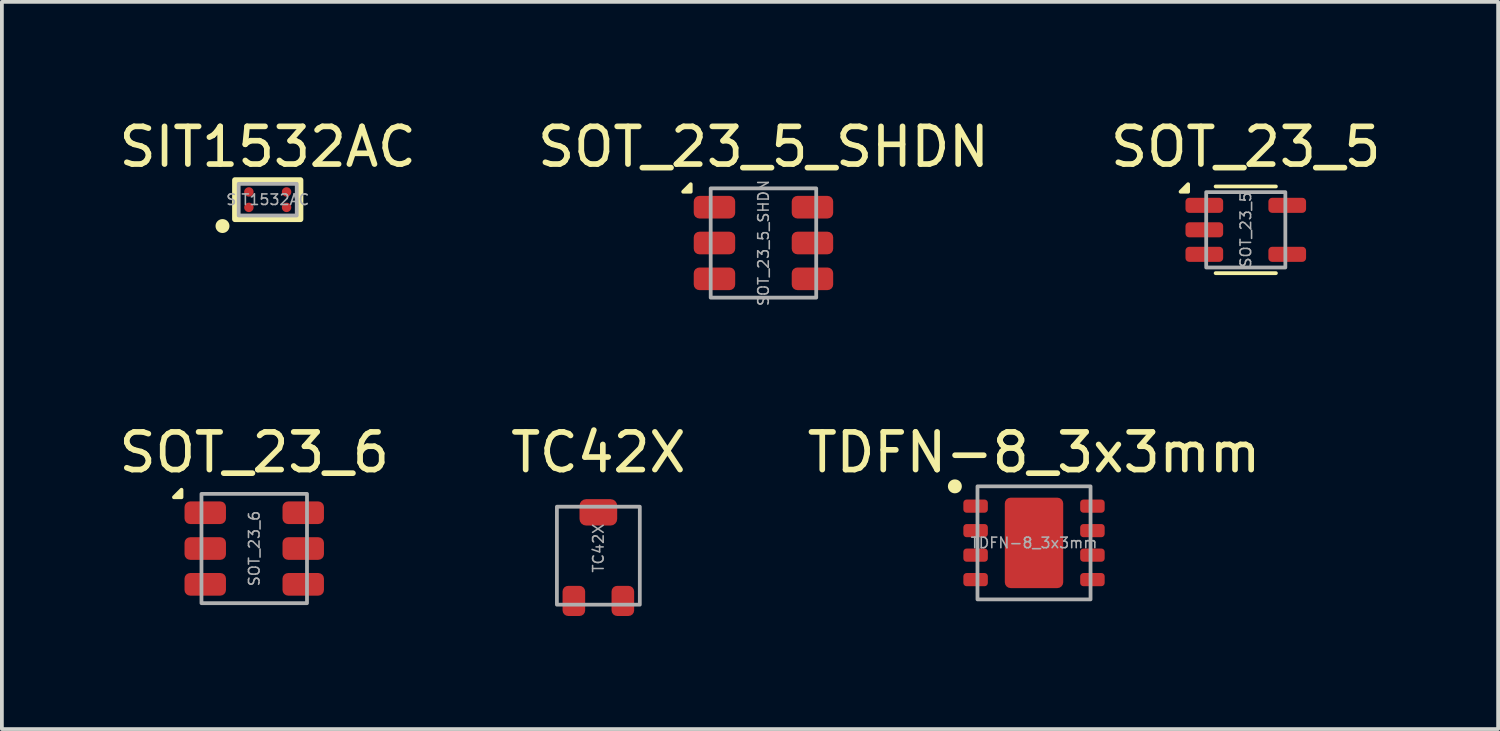
<source format=kicad_pcb>
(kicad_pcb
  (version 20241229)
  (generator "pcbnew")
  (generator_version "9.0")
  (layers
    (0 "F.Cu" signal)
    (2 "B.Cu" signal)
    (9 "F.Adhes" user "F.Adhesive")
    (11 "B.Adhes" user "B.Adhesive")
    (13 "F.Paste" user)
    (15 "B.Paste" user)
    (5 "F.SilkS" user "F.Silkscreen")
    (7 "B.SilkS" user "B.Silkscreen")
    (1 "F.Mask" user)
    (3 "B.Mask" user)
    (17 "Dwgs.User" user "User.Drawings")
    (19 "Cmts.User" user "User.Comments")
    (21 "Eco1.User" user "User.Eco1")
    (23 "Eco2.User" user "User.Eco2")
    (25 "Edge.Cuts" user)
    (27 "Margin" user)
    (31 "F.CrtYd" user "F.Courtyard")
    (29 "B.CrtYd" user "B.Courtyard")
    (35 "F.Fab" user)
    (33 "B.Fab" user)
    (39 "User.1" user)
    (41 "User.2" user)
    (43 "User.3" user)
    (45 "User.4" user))
  (footprint "TDFN-8_3x3mm"
    (layer "F.Cu")
    (at 24.387 11.355)
    (property "Reference" "TDFN-8_3x3mm" (at 0 -2.4 0) (unlocked yes) (layer "F.SilkS") (effects (font (size 1 1) (thickness 0.15))))
    (attr smd)
    (fp_circle (center -2.1 -1.5) (end -1.94 -1.5) (stroke (width 0.05) (type solid)) (fill yes) (layer "F.SilkS"))
    (fp_rect (start -1.5 -1.5) (end 1.5 1.5) (stroke (width 0.1) (type solid)) (fill no) (layer "F.Fab"))
    (fp_text user "${REFERENCE}" (at 0 0 0) (unlocked yes) (layer "F.Fab") (effects (font (size 0.28 0.28) (thickness 0.042))))
    (pad "1" smd roundrect (at -1.55 -0.975) (size 0.65 0.35) (layers "F.Cu" "F.Mask" "F.Paste") (roundrect_rratio 0.25))
    (pad "2" smd roundrect (at -1.55 -0.325) (size 0.65 0.35) (layers "F.Cu" "F.Mask" "F.Paste") (roundrect_rratio 0.25))
    (pad "3" smd roundrect (at -1.55 0.325) (size 0.65 0.35) (layers "F.Cu" "F.Mask" "F.Paste") (roundrect_rratio 0.25))
    (pad "4" smd roundrect (at -1.55 0.975) (size 0.65 0.35) (layers "F.Cu" "F.Mask" "F.Paste") (roundrect_rratio 0.25))
    (pad "5" smd roundrect (at 1.55 0.975) (size 0.65 0.35) (layers "F.Cu" "F.Mask" "F.Paste") (roundrect_rratio 0.25))
    (pad "6" smd roundrect (at 1.55 0.325) (size 0.65 0.35) (layers "F.Cu" "F.Mask" "F.Paste") (roundrect_rratio 0.25))
    (pad "7" smd roundrect (at 1.55 -0.325) (size 0.65 0.35) (layers "F.Cu" "F.Mask" "F.Paste") (roundrect_rratio 0.25))
    (pad "8" smd roundrect (at 1.55 -0.975) (size 0.65 0.35) (layers "F.Cu" "F.Mask" "F.Paste") (roundrect_rratio 0.25))
    (pad "9" smd roundrect (at 0 0) (size 1.55 2.4) (layers "F.Cu" "F.Mask" "F.Paste") (roundrect_rratio 0.1)))
  (footprint "TC42X"
    (layer "F.Cu")
    (at 12.827 11.495)
    (property "Reference" "TC42X" (at 0 -2.54 0) (unlocked yes) (layer "F.SilkS") (effects (font (size 1 1) (thickness 0.15))))
    (attr smd)
    (fp_rect (start -1.1 -1.1) (end 1.1 1.5) (stroke (width 0.1) (type solid)) (fill no) (layer "F.Fab"))
    (fp_text user "${REFERENCE}" (at 0 0 90) (unlocked yes) (layer "F.Fab") (effects (font (size 0.28 0.28) (thickness 0.042))))
    (pad "1" smd roundrect (at 0.65 1.4) (size 0.6 0.8) (layers "F.Cu" "F.Mask" "F.Paste") (roundrect_rratio 0.25))
    (pad "2" smd roundrect (at 0 -0.95) (size 1 0.7) (layers "F.Cu" "F.Mask" "F.Paste") (roundrect_rratio 0.25))
    (pad "3" smd roundrect (at -0.65 1.4) (size 0.6 0.8) (layers "F.Cu" "F.Mask" "F.Paste") (roundrect_rratio 0.25)))
  (footprint "SOT_23_5_SHDN"
    (layer "F.Cu")
    (at 17.208 3.398)
    (property "Reference" "SOT_23_5_SHDN" (at 0 -2.55 0) (unlocked yes) (layer "F.SilkS") (effects (font (size 1 1) (thickness 0.15))))
    (attr smd)
    (fp_poly (pts (xy -1.93 -1.36) (xy -1.93 -1.56) (xy -2.13 -1.36)) (stroke (width 0.1) (type solid)) (fill yes) (layer "F.SilkS"))
    (fp_rect (start -1.4 -1.45) (end 1.4 1.45) (stroke (width 0.1) (type solid)) (fill no) (layer "F.Fab"))
    (fp_text user "${REFERENCE}" (at 0 0 90) (unlocked yes) (layer "F.Fab") (effects (font (size 0.28 0.28) (thickness 0.042))))
    (pad "1" smd roundrect (at -1.3 -0.95) (size 1.1 0.6) (layers "F.Cu" "F.Mask" "F.Paste") (roundrect_rratio 0.25))
    (pad "2" smd roundrect (at -1.3 0) (size 1.1 0.6) (layers "F.Cu" "F.Mask" "F.Paste") (roundrect_rratio 0.25))
    (pad "3" smd roundrect (at -1.3 0.95) (size 1.1 0.6) (layers "F.Cu" "F.Mask" "F.Paste") (roundrect_rratio 0.25))
    (pad "4" smd roundrect (at 1.3 0.95) (size 1.1 0.6) (layers "F.Cu" "F.Mask" "F.Paste") (roundrect_rratio 0.25))
    (pad "5" smd roundrect (at 1.3 -0.95) (size 1.1 0.6) (layers "F.Cu" "F.Mask" "F.Paste") (roundrect_rratio 0.25))
    (pad "5" smd roundrect (at 1.3 0) (size 1.1 0.6) (layers "F.Cu" "F.Mask" "F.Paste") (roundrect_rratio 0.25)))
  (footprint "SIT1532AC"
    (layer "F.Cu")
    (at 4.054 2.248)
    (property "Reference" "SIT1532AC" (at 0 -1.4 0) (unlocked yes) (layer "F.SilkS") (effects (font (size 1 1) (thickness 0.15))))
    (attr smd)
    (fp_rect (start -0.87 -0.52) (end 0.87 0.52) (stroke (width 0.15) (type solid)) (fill no) (layer "F.SilkS"))
    (fp_circle (center -1.2 0.7) (end -1.04 0.7) (stroke (width 0.05) (type solid)) (fill yes) (layer "F.SilkS"))
    (fp_rect (start -0.77 -0.42) (end 0.77 0.42) (stroke (width 0.1) (type solid)) (fill no) (layer "F.Fab"))
    (fp_text user "${REFERENCE}" (at 0 0 0) (unlocked yes) (layer "F.Fab") (effects (font (size 0.28 0.28) (thickness 0.042))))
    (pad "1" smd circle (at -0.5 0.205) (size 0.25 0.25) (layers "F.Cu" "F.Mask" "F.Paste"))
    (pad "2" smd circle (at 0.5 0.205) (size 0.25 0.25) (layers "F.Cu" "F.Mask" "F.Paste"))
    (pad "3" smd circle (at 0.5 -0.205) (size 0.25 0.25) (layers "F.Cu" "F.Mask" "F.Paste"))
    (pad "4" smd circle (at -0.5 -0.205) (size 0.25 0.25) (layers "F.Cu" "F.Mask" "F.Paste")))
  (footprint "SOT_23_6"
    (layer "F.Cu")
    (at 3.696 11.505)
    (property "Reference" "SOT_23_6" (at 0 -2.55 0) (unlocked yes) (layer "F.SilkS") (effects (font (size 1 1) (thickness 0.15))))
    (attr smd)
    (fp_poly (pts (xy -1.93 -1.36) (xy -1.93 -1.56) (xy -2.13 -1.36)) (stroke (width 0.1) (type solid)) (fill yes) (layer "F.SilkS"))
    (fp_rect (start -1.4 -1.45) (end 1.4 1.45) (stroke (width 0.1) (type solid)) (fill no) (layer "F.Fab"))
    (fp_text user "${REFERENCE}" (at 0 0 90) (unlocked yes) (layer "F.Fab") (effects (font (size 0.28 0.28) (thickness 0.042))))
    (pad "1" smd roundrect (at -1.3 -0.95) (size 1.1 0.6) (layers "F.Cu" "F.Mask" "F.Paste") (roundrect_rratio 0.25))
    (pad "2" smd roundrect (at -1.3 0) (size 1.1 0.6) (layers "F.Cu" "F.Mask" "F.Paste") (roundrect_rratio 0.25))
    (pad "3" smd roundrect (at -1.3 0.95) (size 1.1 0.6) (layers "F.Cu" "F.Mask" "F.Paste") (roundrect_rratio 0.25))
    (pad "4" smd roundrect (at 1.3 0.95) (size 1.1 0.6) (layers "F.Cu" "F.Mask" "F.Paste") (roundrect_rratio 0.25))
    (pad "5" smd roundrect (at 1.3 0) (size 1.1 0.6) (layers "F.Cu" "F.Mask" "F.Paste") (roundrect_rratio 0.25))
    (pad "6" smd roundrect (at 1.3 -0.95) (size 1.1 0.6) (layers "F.Cu" "F.Mask" "F.Paste") (roundrect_rratio 0.25)))
  (footprint "SOT_23_5"
    (layer "F.Cu")
    (at 30.006 3.048)
    (property "Reference" "SOT_23_5" (at 0 -2.2 0) (unlocked yes) (layer "F.SilkS") (effects (font (size 1 1) (thickness 0.15))))
    (attr smd)
    (fp_line (start -0.8 -1.15) (end 0.8 -1.15) (stroke (width 0.1) (type default)) (layer "F.SilkS"))
    (fp_line (start -0.8 1.15) (end 0.8 1.15) (stroke (width 0.1) (type default)) (layer "F.SilkS"))
    (fp_poly (pts (xy -1.53 -1.01) (xy -1.53 -1.21) (xy -1.73 -1.01)) (stroke (width 0.1) (type solid)) (fill yes) (layer "F.SilkS"))
    (fp_rect (start -1.05 -1) (end 1.05 1) (stroke (width 0.1) (type solid)) (fill no) (layer "F.Fab"))
    (fp_text user "${REFERENCE}" (at 0 0 90) (unlocked yes) (layer "F.Fab") (effects (font (size 0.28 0.28) (thickness 0.042))))
    (pad "1" smd roundrect (at -1.1 -0.65) (size 1 0.4) (layers "F.Cu" "F.Mask" "F.Paste") (roundrect_rratio 0.25))
    (pad "2" smd roundrect (at -1.1 0) (size 1 0.4) (layers "F.Cu" "F.Mask" "F.Paste") (roundrect_rratio 0.25))
    (pad "3" smd roundrect (at -1.1 0.65) (size 1 0.4) (layers "F.Cu" "F.Mask" "F.Paste") (roundrect_rratio 0.25))
    (pad "4" smd roundrect (at 1.1 0.65) (size 1 0.4) (layers "F.Cu" "F.Mask" "F.Paste") (roundrect_rratio 0.25))
    (pad "5" smd roundrect (at 1.1 -0.65) (size 1 0.4) (layers "F.Cu" "F.Mask" "F.Paste") (roundrect_rratio 0.25)))
  (gr_rect
    (start -3 -3)
    (end 36.702 16.295)
    (stroke (width 0.1) (type default))
    (fill no)
    (layer "Edge.Cuts")))
</source>
